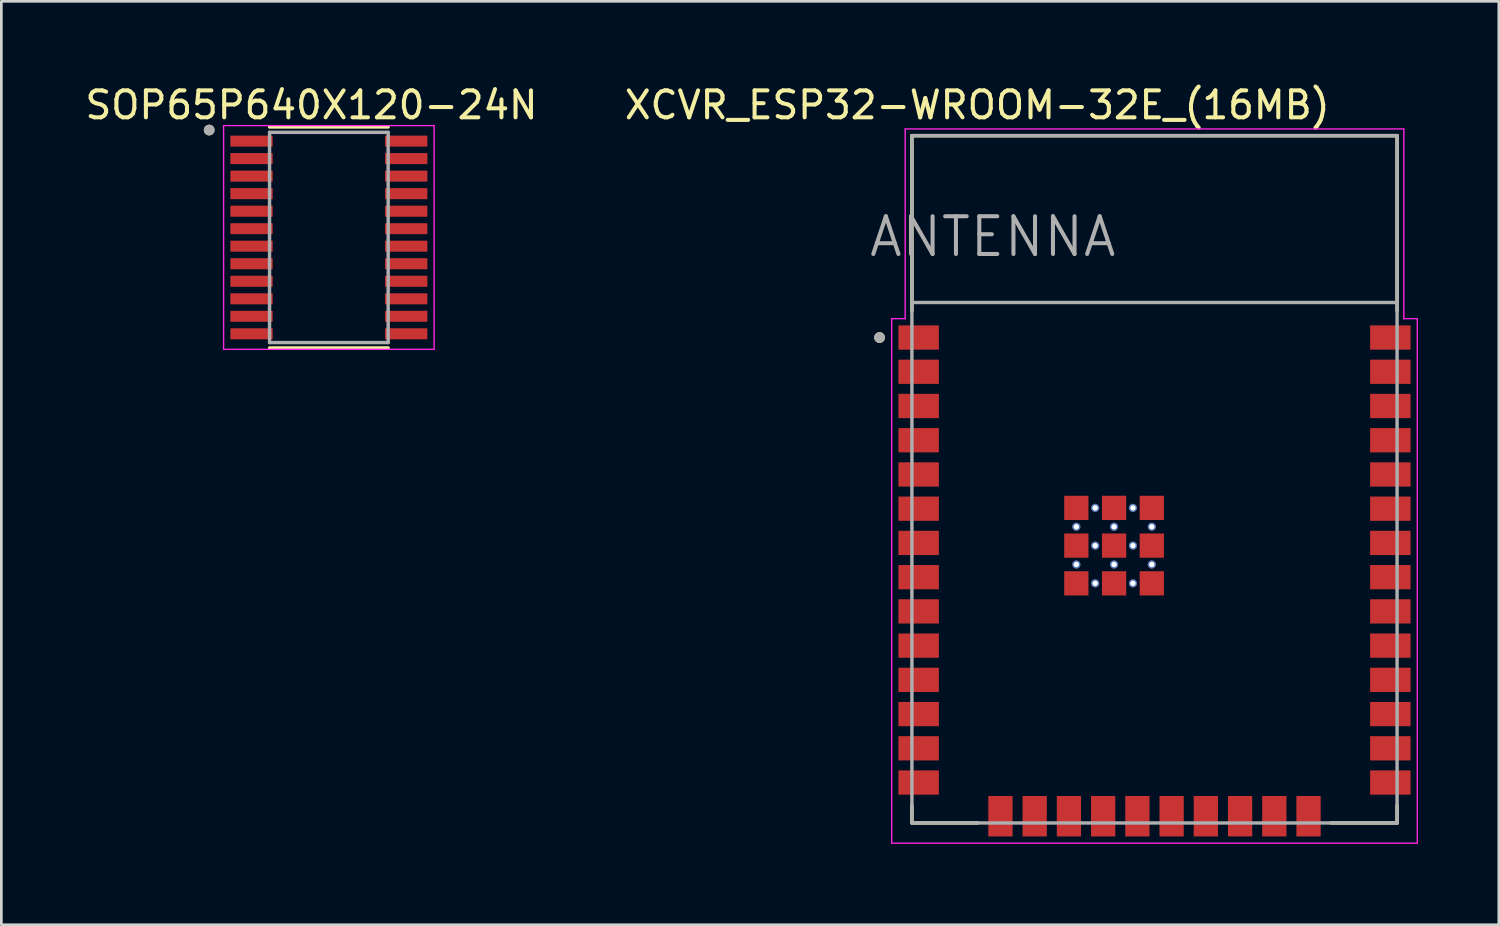
<source format=kicad_pcb>
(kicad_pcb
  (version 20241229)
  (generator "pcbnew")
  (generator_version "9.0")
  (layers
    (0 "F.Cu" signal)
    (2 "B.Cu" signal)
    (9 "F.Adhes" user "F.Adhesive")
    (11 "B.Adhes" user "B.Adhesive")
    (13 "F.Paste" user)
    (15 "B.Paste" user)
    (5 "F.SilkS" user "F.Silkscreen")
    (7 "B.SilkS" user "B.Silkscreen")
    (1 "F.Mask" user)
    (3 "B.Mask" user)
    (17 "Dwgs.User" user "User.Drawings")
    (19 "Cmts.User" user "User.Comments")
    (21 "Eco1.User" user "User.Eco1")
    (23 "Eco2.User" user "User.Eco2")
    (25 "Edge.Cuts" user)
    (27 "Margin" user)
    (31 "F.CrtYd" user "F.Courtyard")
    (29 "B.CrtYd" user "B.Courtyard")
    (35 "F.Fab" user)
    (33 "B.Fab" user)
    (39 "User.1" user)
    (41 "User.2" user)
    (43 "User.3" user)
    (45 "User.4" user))
  (footprint "SOP65P640X120-24N"
    (layer "F.Cu")
    (at 9.151 5.76)
    (property "Reference" "SOP65P640X120-24N" (at -0.645 -4.912 0) (layer "F.SilkS") (effects (font (size 1 1) (thickness 0.15))))
    (attr through_hole)
    (fp_line (start -2.2 -4.1) (end 2.2 -4.1) (stroke (width 0.127) (type solid)) (layer "F.SilkS"))
    (fp_line (start -2.2 4.1) (end 2.2 4.1) (stroke (width 0.127) (type solid)) (layer "F.SilkS"))
    (fp_circle (center -4.44 -3.985) (end -4.34 -3.985) (stroke (width 0.2) (type solid)) (fill no) (layer "F.SilkS"))
    (fp_line (start -3.905 -4.15) (end -3.905 4.15) (stroke (width 0.05) (type solid)) (layer "F.CrtYd"))
    (fp_line (start -3.905 -4.15) (end 3.905 -4.15) (stroke (width 0.05) (type solid)) (layer "F.CrtYd"))
    (fp_line (start -3.905 4.15) (end 3.905 4.15) (stroke (width 0.05) (type solid)) (layer "F.CrtYd"))
    (fp_line (start 3.905 -4.15) (end 3.905 4.15) (stroke (width 0.05) (type solid)) (layer "F.CrtYd"))
    (fp_line (start -2.2 -3.9) (end -2.2 3.9) (stroke (width 0.127) (type solid)) (layer "F.Fab"))
    (fp_line (start -2.2 -3.9) (end 2.2 -3.9) (stroke (width 0.127) (type solid)) (layer "F.Fab"))
    (fp_line (start -2.2 3.9) (end 2.2 3.9) (stroke (width 0.127) (type solid)) (layer "F.Fab"))
    (fp_line (start 2.2 -3.9) (end 2.2 3.9) (stroke (width 0.127) (type solid)) (layer "F.Fab"))
    (fp_circle (center -4.44 -3.985) (end -4.34 -3.985) (stroke (width 0.2) (type solid)) (fill no) (layer "F.Fab"))
    (pad "1" smd roundrect (at -2.87 -3.575) (size 1.57 0.41) (layers "F.Cu" "F.Mask" "F.Paste") (roundrect_rratio 0.05))
    (pad "2" smd roundrect (at -2.87 -2.925) (size 1.57 0.41) (layers "F.Cu" "F.Mask" "F.Paste") (roundrect_rratio 0.05))
    (pad "3" smd roundrect (at -2.87 -2.275) (size 1.57 0.41) (layers "F.Cu" "F.Mask" "F.Paste") (roundrect_rratio 0.05))
    (pad "4" smd roundrect (at -2.87 -1.625) (size 1.57 0.41) (layers "F.Cu" "F.Mask" "F.Paste") (roundrect_rratio 0.05))
    (pad "5" smd roundrect (at -2.87 -0.975) (size 1.57 0.41) (layers "F.Cu" "F.Mask" "F.Paste") (roundrect_rratio 0.05))
    (pad "6" smd roundrect (at -2.87 -0.325) (size 1.57 0.41) (layers "F.Cu" "F.Mask" "F.Paste") (roundrect_rratio 0.05))
    (pad "7" smd roundrect (at -2.87 0.325) (size 1.57 0.41) (layers "F.Cu" "F.Mask" "F.Paste") (roundrect_rratio 0.05))
    (pad "8" smd roundrect (at -2.87 0.975) (size 1.57 0.41) (layers "F.Cu" "F.Mask" "F.Paste") (roundrect_rratio 0.05))
    (pad "9" smd roundrect (at -2.87 1.625) (size 1.57 0.41) (layers "F.Cu" "F.Mask" "F.Paste") (roundrect_rratio 0.05))
    (pad "10" smd roundrect (at -2.87 2.275) (size 1.57 0.41) (layers "F.Cu" "F.Mask" "F.Paste") (roundrect_rratio 0.05))
    (pad "11" smd roundrect (at -2.87 2.925) (size 1.57 0.41) (layers "F.Cu" "F.Mask" "F.Paste") (roundrect_rratio 0.05))
    (pad "12" smd roundrect (at -2.87 3.575) (size 1.57 0.41) (layers "F.Cu" "F.Mask" "F.Paste") (roundrect_rratio 0.05))
    (pad "13" smd roundrect (at 2.87 3.575) (size 1.57 0.41) (layers "F.Cu" "F.Mask" "F.Paste") (roundrect_rratio 0.05))
    (pad "14" smd roundrect (at 2.87 2.925) (size 1.57 0.41) (layers "F.Cu" "F.Mask" "F.Paste") (roundrect_rratio 0.05))
    (pad "15" smd roundrect (at 2.87 2.275) (size 1.57 0.41) (layers "F.Cu" "F.Mask" "F.Paste") (roundrect_rratio 0.05))
    (pad "16" smd roundrect (at 2.87 1.625) (size 1.57 0.41) (layers "F.Cu" "F.Mask" "F.Paste") (roundrect_rratio 0.05))
    (pad "17" smd roundrect (at 2.87 0.975) (size 1.57 0.41) (layers "F.Cu" "F.Mask" "F.Paste") (roundrect_rratio 0.05))
    (pad "18" smd roundrect (at 2.87 0.325) (size 1.57 0.41) (layers "F.Cu" "F.Mask" "F.Paste") (roundrect_rratio 0.05))
    (pad "19" smd roundrect (at 2.87 -0.325) (size 1.57 0.41) (layers "F.Cu" "F.Mask" "F.Paste") (roundrect_rratio 0.05))
    (pad "20" smd roundrect (at 2.87 -0.975) (size 1.57 0.41) (layers "F.Cu" "F.Mask" "F.Paste") (roundrect_rratio 0.05))
    (pad "21" smd roundrect (at 2.87 -1.625) (size 1.57 0.41) (layers "F.Cu" "F.Mask" "F.Paste") (roundrect_rratio 0.05))
    (pad "22" smd roundrect (at 2.87 -2.275) (size 1.57 0.41) (layers "F.Cu" "F.Mask" "F.Paste") (roundrect_rratio 0.05))
    (pad "23" smd roundrect (at 2.87 -2.925) (size 1.57 0.41) (layers "F.Cu" "F.Mask" "F.Paste") (roundrect_rratio 0.05))
    (pad "24" smd roundrect (at 2.87 -3.575) (size 1.57 0.41) (layers "F.Cu" "F.Mask" "F.Paste") (roundrect_rratio 0.05)))
  (footprint "XCVR_ESP32-WROOM-32E_(16MB)"
    (layer "F.Cu")
    (at 39.783 14.733)
    (property "Reference" "XCVR_ESP32-WROOM-32E_(16MB)" (at -6.575 -13.885 0) (layer "F.SilkS") (effects (font (size 1 1) (thickness 0.15))))
    (attr through_hole)
    (fp_line (start -9 -12.75) (end 9 -12.75) (stroke (width 0.127) (type solid)) (layer "F.SilkS"))
    (fp_line (start -9 -6.25) (end -9 -12.75) (stroke (width 0.127) (type solid)) (layer "F.SilkS"))
    (fp_line (start -9 12.1) (end -9 12.75) (stroke (width 0.127) (type solid)) (layer "F.SilkS"))
    (fp_line (start -9 12.75) (end -6.55 12.75) (stroke (width 0.127) (type solid)) (layer "F.SilkS"))
    (fp_line (start 6.55 12.75) (end 9 12.75) (stroke (width 0.127) (type solid)) (layer "F.SilkS"))
    (fp_line (start 9 -12.75) (end 9 -6.25) (stroke (width 0.127) (type solid)) (layer "F.SilkS"))
    (fp_line (start 9 12.75) (end 9 12.1) (stroke (width 0.127) (type solid)) (layer "F.SilkS"))
    (fp_circle (center -10.2 -5.26) (end -10.1 -5.26) (stroke (width 0.2) (type solid)) (fill no) (layer "F.SilkS"))
    (fp_line (start -9.75 -5.96) (end -9.25 -5.96) (stroke (width 0.05) (type solid)) (layer "F.CrtYd"))
    (fp_line (start -9.75 13.5) (end -9.75 -5.96) (stroke (width 0.05) (type solid)) (layer "F.CrtYd"))
    (fp_line (start -9.25 -13) (end 9.25 -13) (stroke (width 0.05) (type solid)) (layer "F.CrtYd"))
    (fp_line (start -9.25 -5.96) (end -9.25 -13) (stroke (width 0.05) (type solid)) (layer "F.CrtYd"))
    (fp_line (start 9.25 -13) (end 9.25 -5.96) (stroke (width 0.05) (type solid)) (layer "F.CrtYd"))
    (fp_line (start 9.25 -5.96) (end 9.75 -5.96) (stroke (width 0.05) (type solid)) (layer "F.CrtYd"))
    (fp_line (start 9.75 -5.96) (end 9.75 13.5) (stroke (width 0.05) (type solid)) (layer "F.CrtYd"))
    (fp_line (start 9.75 13.5) (end -9.75 13.5) (stroke (width 0.05) (type solid)) (layer "F.CrtYd"))
    (fp_line (start -9 -12.75) (end -9 -6.56) (stroke (width 0.127) (type solid)) (layer "F.Fab"))
    (fp_line (start -9 -12.75) (end 9 -12.75) (stroke (width 0.127) (type solid)) (layer "F.Fab"))
    (fp_line (start -9 -6.56) (end 9 -6.56) (stroke (width 0.127) (type solid)) (layer "F.Fab"))
    (fp_line (start -9 12.75) (end -9 -6.56) (stroke (width 0.127) (type solid)) (layer "F.Fab"))
    (fp_line (start 9 -12.75) (end 9 -6.56) (stroke (width 0.127) (type solid)) (layer "F.Fab"))
    (fp_line (start 9 -6.56) (end 9 12.75) (stroke (width 0.127) (type solid)) (layer "F.Fab"))
    (fp_line (start 9 12.75) (end -9 12.75) (stroke (width 0.127) (type solid)) (layer "F.Fab"))
    (fp_circle (center -10.2 -5.26) (end -10.1 -5.26) (stroke (width 0.2) (type solid)) (fill no) (layer "F.Fab"))
    (fp_text user "ANTENNA" (at -6 -9 0) (layer "F.Fab") (effects (font (size 1.4 1.4) (thickness 0.15))))
    (pad "1" smd rect (at -8.75 -5.26) (size 1.5 0.9) (layers "F.Cu" "F.Mask" "F.Paste"))
    (pad "2" smd rect (at -8.75 -3.99) (size 1.5 0.9) (layers "F.Cu" "F.Mask" "F.Paste"))
    (pad "3" smd rect (at -8.75 -2.72) (size 1.5 0.9) (layers "F.Cu" "F.Mask" "F.Paste"))
    (pad "4" smd rect (at -8.75 -1.45) (size 1.5 0.9) (layers "F.Cu" "F.Mask" "F.Paste"))
    (pad "5" smd rect (at -8.75 -0.18) (size 1.5 0.9) (layers "F.Cu" "F.Mask" "F.Paste"))
    (pad "6" smd rect (at -8.75 1.09) (size 1.5 0.9) (layers "F.Cu" "F.Mask" "F.Paste"))
    (pad "7" smd rect (at -8.75 2.36) (size 1.5 0.9) (layers "F.Cu" "F.Mask" "F.Paste"))
    (pad "8" smd rect (at -8.75 3.63) (size 1.5 0.9) (layers "F.Cu" "F.Mask" "F.Paste"))
    (pad "9" smd rect (at -8.75 4.9) (size 1.5 0.9) (layers "F.Cu" "F.Mask" "F.Paste"))
    (pad "10" smd rect (at -8.75 6.17) (size 1.5 0.9) (layers "F.Cu" "F.Mask" "F.Paste"))
    (pad "11" smd rect (at -8.75 7.44) (size 1.5 0.9) (layers "F.Cu" "F.Mask" "F.Paste"))
    (pad "12" smd rect (at -8.75 8.71) (size 1.5 0.9) (layers "F.Cu" "F.Mask" "F.Paste"))
    (pad "13" smd rect (at -8.75 9.98) (size 1.5 0.9) (layers "F.Cu" "F.Mask" "F.Paste"))
    (pad "14" smd rect (at -8.75 11.25) (size 1.5 0.9) (layers "F.Cu" "F.Mask" "F.Paste"))
    (pad "15" smd rect (at -5.715 12.5) (size 0.9 1.5) (layers "F.Cu" "F.Mask" "F.Paste"))
    (pad "16" smd rect (at -4.445 12.5) (size 0.9 1.5) (layers "F.Cu" "F.Mask" "F.Paste"))
    (pad "17" smd rect (at -3.175 12.5) (size 0.9 1.5) (layers "F.Cu" "F.Mask" "F.Paste"))
    (pad "18" smd rect (at -1.905 12.5) (size 0.9 1.5) (layers "F.Cu" "F.Mask" "F.Paste"))
    (pad "19" smd rect (at -0.635 12.5) (size 0.9 1.5) (layers "F.Cu" "F.Mask" "F.Paste"))
    (pad "20" smd rect (at 0.635 12.5) (size 0.9 1.5) (layers "F.Cu" "F.Mask" "F.Paste"))
    (pad "21" smd rect (at 1.905 12.5) (size 0.9 1.5) (layers "F.Cu" "F.Mask" "F.Paste"))
    (pad "22" smd rect (at 3.175 12.5) (size 0.9 1.5) (layers "F.Cu" "F.Mask" "F.Paste"))
    (pad "23" smd rect (at 4.445 12.5) (size 0.9 1.5) (layers "F.Cu" "F.Mask" "F.Paste"))
    (pad "24" smd rect (at 5.715 12.5) (size 0.9 1.5) (layers "F.Cu" "F.Mask" "F.Paste"))
    (pad "25" smd rect (at 8.75 11.25) (size 1.5 0.9) (layers "F.Cu" "F.Mask" "F.Paste"))
    (pad "26" smd rect (at 8.75 9.98) (size 1.5 0.9) (layers "F.Cu" "F.Mask" "F.Paste"))
    (pad "27" smd rect (at 8.75 8.71) (size 1.5 0.9) (layers "F.Cu" "F.Mask" "F.Paste"))
    (pad "28" smd rect (at 8.75 7.44) (size 1.5 0.9) (layers "F.Cu" "F.Mask" "F.Paste"))
    (pad "29" smd rect (at 8.75 6.17) (size 1.5 0.9) (layers "F.Cu" "F.Mask" "F.Paste"))
    (pad "30" smd rect (at 8.75 4.9) (size 1.5 0.9) (layers "F.Cu" "F.Mask" "F.Paste"))
    (pad "31" smd rect (at 8.75 3.63) (size 1.5 0.9) (layers "F.Cu" "F.Mask" "F.Paste"))
    (pad "32" smd rect (at 8.75 2.36) (size 1.5 0.9) (layers "F.Cu" "F.Mask" "F.Paste"))
    (pad "33" smd rect (at 8.75 1.09) (size 1.5 0.9) (layers "F.Cu" "F.Mask" "F.Paste"))
    (pad "34" smd rect (at 8.75 -0.18) (size 1.5 0.9) (layers "F.Cu" "F.Mask" "F.Paste"))
    (pad "35" smd rect (at 8.75 -1.45) (size 1.5 0.9) (layers "F.Cu" "F.Mask" "F.Paste"))
    (pad "36" smd rect (at 8.75 -2.72) (size 1.5 0.9) (layers "F.Cu" "F.Mask" "F.Paste"))
    (pad "37" smd rect (at 8.75 -3.99) (size 1.5 0.9) (layers "F.Cu" "F.Mask" "F.Paste"))
    (pad "38" smd rect (at 8.75 -5.26) (size 1.5 0.9) (layers "F.Cu" "F.Mask" "F.Paste"))
    (pad "39_1" smd rect (at -2.9 1.06) (size 0.9 0.9) (layers "F.Cu" "F.Mask" "F.Paste"))
    (pad "39_2" smd rect (at -1.5 1.06) (size 0.9 0.9) (layers "F.Cu" "F.Mask" "F.Paste"))
    (pad "39_3" smd rect (at -0.1 1.06) (size 0.9 0.9) (layers "F.Cu" "F.Mask" "F.Paste"))
    (pad "39_4" smd rect (at -2.9 2.46) (size 0.9 0.9) (layers "F.Cu" "F.Mask" "F.Paste"))
    (pad "39_5" smd rect (at -1.5 2.46) (size 0.9 0.9) (layers "F.Cu" "F.Mask" "F.Paste"))
    (pad "39_6" smd rect (at -0.1 2.46) (size 0.9 0.9) (layers "F.Cu" "F.Mask" "F.Paste"))
    (pad "39_7" smd rect (at -2.9 3.86) (size 0.9 0.9) (layers "F.Cu" "F.Mask" "F.Paste"))
    (pad "39_8" smd rect (at -1.5 3.86) (size 0.9 0.9) (layers "F.Cu" "F.Mask" "F.Paste"))
    (pad "39_9" smd rect (at -0.1 3.86) (size 0.9 0.9) (layers "F.Cu" "F.Mask" "F.Paste"))
    (pad "39_10" thru_hole circle (at -2.2 1.06) (size 0.3 0.3) (drill 0.2) (layers "*.Cu"))
    (pad "39_11" thru_hole circle (at -0.8 1.06) (size 0.3 0.3) (drill 0.2) (layers "*.Cu"))
    (pad "39_12" thru_hole circle (at -2.9 1.76) (size 0.3 0.3) (drill 0.2) (layers "*.Cu"))
    (pad "39_13" thru_hole circle (at -1.5 1.76) (size 0.3 0.3) (drill 0.2) (layers "*.Cu"))
    (pad "39_14" thru_hole circle (at -0.1 1.76) (size 0.3 0.3) (drill 0.2) (layers "*.Cu"))
    (pad "39_15" thru_hole circle (at -2.2 2.46) (size 0.3 0.3) (drill 0.2) (layers "*.Cu"))
    (pad "39_16" thru_hole circle (at -0.8 2.46) (size 0.3 0.3) (drill 0.2) (layers "*.Cu"))
    (pad "39_17" thru_hole circle (at -2.9 3.16) (size 0.3 0.3) (drill 0.2) (layers "*.Cu"))
    (pad "39_18" thru_hole circle (at -1.5 3.16) (size 0.3 0.3) (drill 0.2) (layers "*.Cu"))
    (pad "39_19" thru_hole circle (at -0.1 3.16) (size 0.3 0.3) (drill 0.2) (layers "*.Cu"))
    (pad "39_20" thru_hole circle (at -2.2 3.86) (size 0.3 0.3) (drill 0.2) (layers "*.Cu"))
    (pad "39_21" thru_hole circle (at -0.8 3.86) (size 0.3 0.3) (drill 0.2) (layers "*.Cu"))
    (zone (net_name "") (layer "F.Cu") (hatch full 0.508) (connect_pads) (min_thickness 0.01) (filled_areas_thickness no) (keepout (tracks not_allowed) (vias not_allowed) (pads not_allowed) (copperpour not_allowed) (footprints allowed)) (placement (enabled no)) (fill) (polygon (pts (xy 30.783 1.983) (xy 48.783 1.983) (xy 48.783 8.173) (xy 30.783 8.173))))
    (zone (net_name "") (layers "F.Cu" "B.Cu") (hatch full 0.508) (connect_pads) (min_thickness 0.01) (filled_areas_thickness no) (keepout (tracks allowed) (vias not_allowed) (pads allowed) (copperpour allowed) (footprints allowed)) (placement (enabled no)) (fill) (polygon (pts (xy 30.783 1.983) (xy 48.783 1.983) (xy 48.783 8.173) (xy 30.783 8.173)))))
  (gr_rect
    (start -3 -3)
    (end 52.558 31.258)
    (stroke (width 0.1) (type default))
    (fill no)
    (layer "Edge.Cuts")))
</source>
